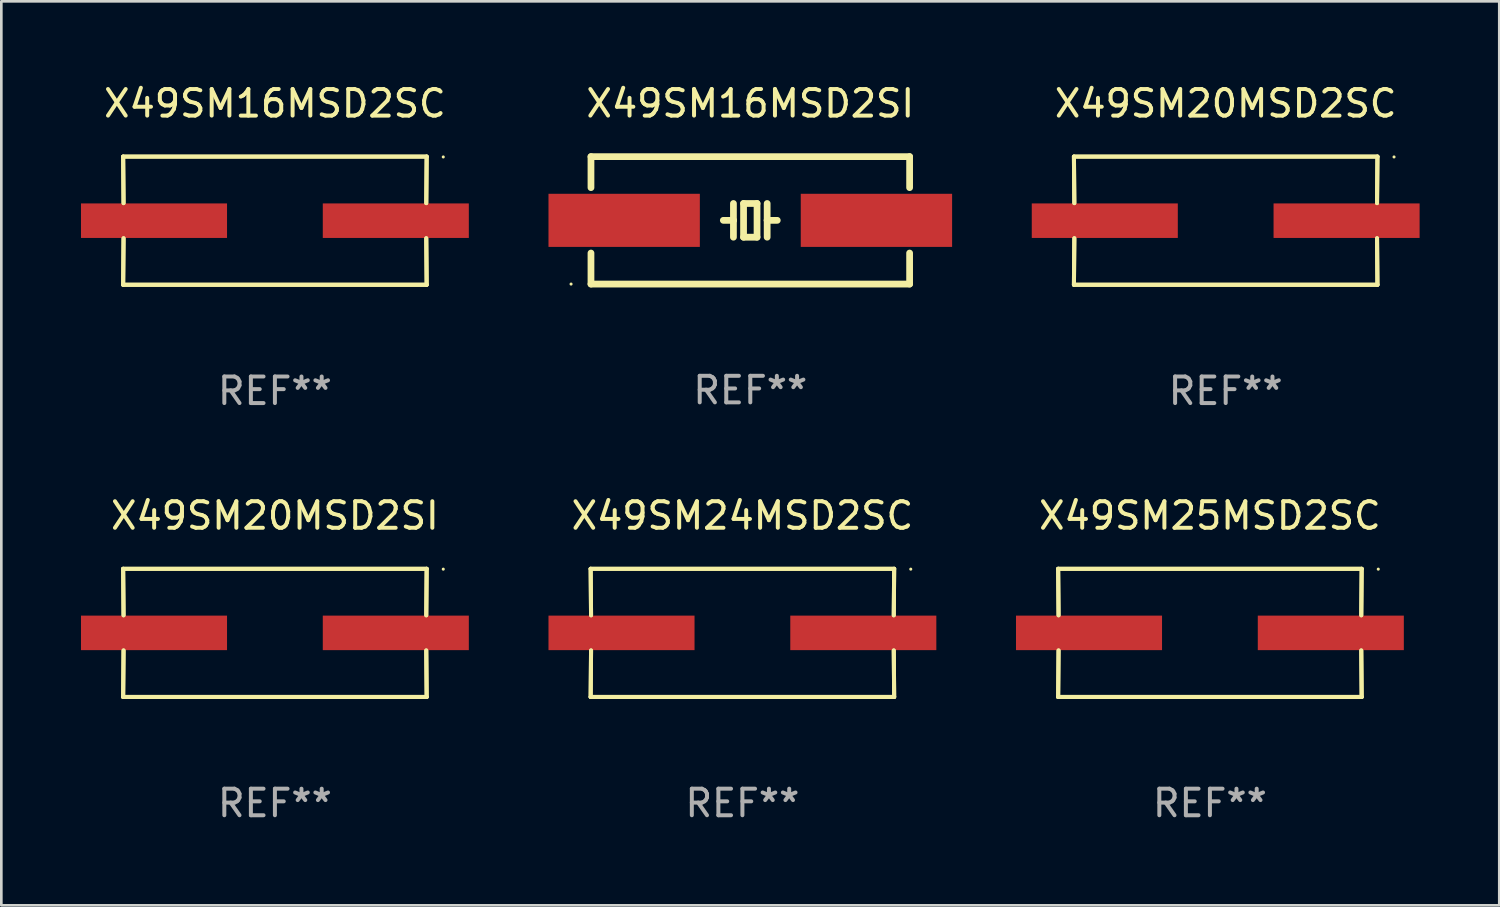
<source format=kicad_pcb>
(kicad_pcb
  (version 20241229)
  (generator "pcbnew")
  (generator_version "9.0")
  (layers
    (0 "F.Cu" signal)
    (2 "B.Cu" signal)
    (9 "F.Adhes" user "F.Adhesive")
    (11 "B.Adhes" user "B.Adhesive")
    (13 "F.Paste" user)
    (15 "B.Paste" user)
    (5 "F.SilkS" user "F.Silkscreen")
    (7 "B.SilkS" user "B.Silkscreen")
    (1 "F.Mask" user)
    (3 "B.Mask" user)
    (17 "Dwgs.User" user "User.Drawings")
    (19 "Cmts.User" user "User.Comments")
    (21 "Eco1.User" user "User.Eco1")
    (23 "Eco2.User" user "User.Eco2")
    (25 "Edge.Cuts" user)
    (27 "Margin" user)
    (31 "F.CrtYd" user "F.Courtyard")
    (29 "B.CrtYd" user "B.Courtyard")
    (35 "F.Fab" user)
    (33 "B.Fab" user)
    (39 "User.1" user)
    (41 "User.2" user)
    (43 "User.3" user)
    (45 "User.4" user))
  (footprint "X49SM25MSD2SC"
    (layer "F.Cu")
    (at 42.515 20.784)
    (property "Reference" "X49SM25MSD2SC" (at 0 -4.413 0) (layer "F.SilkS") (effects (font (size 1 1) (thickness 0.15))))
    (attr through_hole)
    (fp_line (start -5.715 -2.413) (end -5.7 -0.662) (stroke (width 0.152) (type solid)) (layer "F.SilkS"))
    (fp_line (start -5.715 -2.413) (end -5.7 -0.662) (stroke (width 0.152) (type solid)) (layer "F.SilkS"))
    (fp_line (start -5.715 2.413) (end 5.715 2.413) (stroke (width 0.152) (type solid)) (layer "F.SilkS"))
    (fp_line (start -5.715 2.413) (end 5.715 2.413) (stroke (width 0.152) (type solid)) (layer "F.SilkS"))
    (fp_line (start -5.7 0.662) (end -5.715 2.413) (stroke (width 0.152) (type solid)) (layer "F.SilkS"))
    (fp_line (start -5.7 0.662) (end -5.715 2.413) (stroke (width 0.152) (type solid)) (layer "F.SilkS"))
    (fp_line (start 5.7 -0.662) (end 5.715 -2.413) (stroke (width 0.152) (type solid)) (layer "F.SilkS"))
    (fp_line (start 5.7 -0.662) (end 5.715 -2.413) (stroke (width 0.152) (type solid)) (layer "F.SilkS"))
    (fp_line (start 5.715 -2.413) (end -5.715 -2.413) (stroke (width 0.152) (type solid)) (layer "F.SilkS"))
    (fp_line (start 5.715 -2.413) (end -5.715 -2.413) (stroke (width 0.152) (type solid)) (layer "F.SilkS"))
    (fp_line (start 5.715 2.413) (end 5.7 0.662) (stroke (width 0.152) (type solid)) (layer "F.SilkS"))
    (fp_line (start 5.715 2.413) (end 5.7 0.662) (stroke (width 0.152) (type solid)) (layer "F.SilkS"))
    (fp_circle (center 6.34 -2.4) (end 6.37 -2.4) (stroke (width 0.06) (type solid)) (fill no) (layer "F.SilkS"))
    (fp_text user "REF**" (at 0 6.413 0) (layer "F.Fab") (effects (font (size 1 1) (thickness 0.15))))
    (pad "1" smd rect (at 4.553 0) (size 5.5 1.3) (layers "F.Cu" "F.Mask" "F.Paste"))
    (pad "2" smd rect (at -4.553 0) (size 5.5 1.3) (layers "F.Cu" "F.Mask" "F.Paste")))
  (footprint "X49SM16MSD2SC"
    (layer "F.Cu")
    (at 7.303 5.261)
    (property "Reference" "X49SM16MSD2SC" (at 0 -4.413 0) (layer "F.SilkS") (effects (font (size 1 1) (thickness 0.15))))
    (attr through_hole)
    (fp_line (start -5.715 -2.413) (end -5.7 -0.662) (stroke (width 0.152) (type solid)) (layer "F.SilkS"))
    (fp_line (start -5.715 -2.413) (end -5.7 -0.662) (stroke (width 0.152) (type solid)) (layer "F.SilkS"))
    (fp_line (start -5.715 2.413) (end 5.715 2.413) (stroke (width 0.152) (type solid)) (layer "F.SilkS"))
    (fp_line (start -5.715 2.413) (end 5.715 2.413) (stroke (width 0.152) (type solid)) (layer "F.SilkS"))
    (fp_line (start -5.7 0.662) (end -5.715 2.413) (stroke (width 0.152) (type solid)) (layer "F.SilkS"))
    (fp_line (start -5.7 0.662) (end -5.715 2.413) (stroke (width 0.152) (type solid)) (layer "F.SilkS"))
    (fp_line (start 5.7 -0.662) (end 5.715 -2.413) (stroke (width 0.152) (type solid)) (layer "F.SilkS"))
    (fp_line (start 5.7 -0.662) (end 5.715 -2.413) (stroke (width 0.152) (type solid)) (layer "F.SilkS"))
    (fp_line (start 5.715 -2.413) (end -5.715 -2.413) (stroke (width 0.152) (type solid)) (layer "F.SilkS"))
    (fp_line (start 5.715 -2.413) (end -5.715 -2.413) (stroke (width 0.152) (type solid)) (layer "F.SilkS"))
    (fp_line (start 5.715 2.413) (end 5.7 0.662) (stroke (width 0.152) (type solid)) (layer "F.SilkS"))
    (fp_line (start 5.715 2.413) (end 5.7 0.662) (stroke (width 0.152) (type solid)) (layer "F.SilkS"))
    (fp_circle (center 6.34 -2.4) (end 6.37 -2.4) (stroke (width 0.06) (type solid)) (fill no) (layer "F.SilkS"))
    (fp_text user "REF**" (at 0 6.413 0) (layer "F.Fab") (effects (font (size 1 1) (thickness 0.15))))
    (pad "1" smd rect (at 4.553 0) (size 5.5 1.3) (layers "F.Cu" "F.Mask" "F.Paste"))
    (pad "2" smd rect (at -4.553 0) (size 5.5 1.3) (layers "F.Cu" "F.Mask" "F.Paste")))
  (footprint "X49SM20MSD2SC"
    (layer "F.Cu")
    (at 43.109 5.261)
    (property "Reference" "X49SM20MSD2SC" (at 0 -4.413 0) (layer "F.SilkS") (effects (font (size 1 1) (thickness 0.15))))
    (attr through_hole)
    (fp_line (start -5.715 -2.413) (end -5.7 -0.662) (stroke (width 0.152) (type solid)) (layer "F.SilkS"))
    (fp_line (start -5.715 -2.413) (end -5.7 -0.662) (stroke (width 0.152) (type solid)) (layer "F.SilkS"))
    (fp_line (start -5.715 2.413) (end 5.715 2.413) (stroke (width 0.152) (type solid)) (layer "F.SilkS"))
    (fp_line (start -5.715 2.413) (end 5.715 2.413) (stroke (width 0.152) (type solid)) (layer "F.SilkS"))
    (fp_line (start -5.7 0.662) (end -5.715 2.413) (stroke (width 0.152) (type solid)) (layer "F.SilkS"))
    (fp_line (start -5.7 0.662) (end -5.715 2.413) (stroke (width 0.152) (type solid)) (layer "F.SilkS"))
    (fp_line (start 5.7 -0.662) (end 5.715 -2.413) (stroke (width 0.152) (type solid)) (layer "F.SilkS"))
    (fp_line (start 5.7 -0.662) (end 5.715 -2.413) (stroke (width 0.152) (type solid)) (layer "F.SilkS"))
    (fp_line (start 5.715 -2.413) (end -5.715 -2.413) (stroke (width 0.152) (type solid)) (layer "F.SilkS"))
    (fp_line (start 5.715 -2.413) (end -5.715 -2.413) (stroke (width 0.152) (type solid)) (layer "F.SilkS"))
    (fp_line (start 5.715 2.413) (end 5.7 0.662) (stroke (width 0.152) (type solid)) (layer "F.SilkS"))
    (fp_line (start 5.715 2.413) (end 5.7 0.662) (stroke (width 0.152) (type solid)) (layer "F.SilkS"))
    (fp_circle (center 6.34 -2.4) (end 6.37 -2.4) (stroke (width 0.06) (type solid)) (fill no) (layer "F.SilkS"))
    (fp_text user "REF**" (at 0 6.413 0) (layer "F.Fab") (effects (font (size 1 1) (thickness 0.15))))
    (pad "1" smd rect (at 4.553 0) (size 5.5 1.3) (layers "F.Cu" "F.Mask" "F.Paste"))
    (pad "2" smd rect (at -4.553 0) (size 5.5 1.3) (layers "F.Cu" "F.Mask" "F.Paste")))
  (footprint "X49SM20MSD2SI"
    (layer "F.Cu")
    (at 7.303 20.784)
    (property "Reference" "X49SM20MSD2SI" (at 0 -4.413 0) (layer "F.SilkS") (effects (font (size 1 1) (thickness 0.15))))
    (attr through_hole)
    (fp_line (start -5.715 -2.413) (end -5.7 -0.662) (stroke (width 0.152) (type solid)) (layer "F.SilkS"))
    (fp_line (start -5.715 -2.413) (end -5.7 -0.662) (stroke (width 0.152) (type solid)) (layer "F.SilkS"))
    (fp_line (start -5.715 2.413) (end 5.715 2.413) (stroke (width 0.152) (type solid)) (layer "F.SilkS"))
    (fp_line (start -5.715 2.413) (end 5.715 2.413) (stroke (width 0.152) (type solid)) (layer "F.SilkS"))
    (fp_line (start -5.7 0.662) (end -5.715 2.413) (stroke (width 0.152) (type solid)) (layer "F.SilkS"))
    (fp_line (start -5.7 0.662) (end -5.715 2.413) (stroke (width 0.152) (type solid)) (layer "F.SilkS"))
    (fp_line (start 5.7 -0.662) (end 5.715 -2.413) (stroke (width 0.152) (type solid)) (layer "F.SilkS"))
    (fp_line (start 5.7 -0.662) (end 5.715 -2.413) (stroke (width 0.152) (type solid)) (layer "F.SilkS"))
    (fp_line (start 5.715 -2.413) (end -5.715 -2.413) (stroke (width 0.152) (type solid)) (layer "F.SilkS"))
    (fp_line (start 5.715 -2.413) (end -5.715 -2.413) (stroke (width 0.152) (type solid)) (layer "F.SilkS"))
    (fp_line (start 5.715 2.413) (end 5.7 0.662) (stroke (width 0.152) (type solid)) (layer "F.SilkS"))
    (fp_line (start 5.715 2.413) (end 5.7 0.662) (stroke (width 0.152) (type solid)) (layer "F.SilkS"))
    (fp_circle (center 6.34 -2.4) (end 6.37 -2.4) (stroke (width 0.06) (type solid)) (fill no) (layer "F.SilkS"))
    (fp_text user "REF**" (at 0 6.413 0) (layer "F.Fab") (effects (font (size 1 1) (thickness 0.15))))
    (pad "1" smd rect (at -4.553 0) (size 5.5 1.3) (layers "F.Cu" "F.Mask" "F.Paste"))
    (pad "2" smd rect (at 4.553 0) (size 5.5 1.3) (layers "F.Cu" "F.Mask" "F.Paste")))
  (footprint "X49SM24MSD2SC"
    (layer "F.Cu")
    (at 24.909 20.784)
    (property "Reference" "X49SM24MSD2SC" (at 0 -4.413 0) (layer "F.SilkS") (effects (font (size 1 1) (thickness 0.15))))
    (attr through_hole)
    (fp_line (start -5.715 -2.413) (end -5.7 -0.662) (stroke (width 0.152) (type solid)) (layer "F.SilkS"))
    (fp_line (start -5.715 -2.413) (end -5.7 -0.662) (stroke (width 0.152) (type solid)) (layer "F.SilkS"))
    (fp_line (start -5.715 2.413) (end 5.715 2.413) (stroke (width 0.152) (type solid)) (layer "F.SilkS"))
    (fp_line (start -5.715 2.413) (end 5.715 2.413) (stroke (width 0.152) (type solid)) (layer "F.SilkS"))
    (fp_line (start -5.7 0.662) (end -5.715 2.413) (stroke (width 0.152) (type solid)) (layer "F.SilkS"))
    (fp_line (start -5.7 0.662) (end -5.715 2.413) (stroke (width 0.152) (type solid)) (layer "F.SilkS"))
    (fp_line (start 5.7 -0.662) (end 5.715 -2.413) (stroke (width 0.152) (type solid)) (layer "F.SilkS"))
    (fp_line (start 5.7 -0.662) (end 5.715 -2.413) (stroke (width 0.152) (type solid)) (layer "F.SilkS"))
    (fp_line (start 5.715 -2.413) (end -5.715 -2.413) (stroke (width 0.152) (type solid)) (layer "F.SilkS"))
    (fp_line (start 5.715 -2.413) (end -5.715 -2.413) (stroke (width 0.152) (type solid)) (layer "F.SilkS"))
    (fp_line (start 5.715 2.413) (end 5.7 0.662) (stroke (width 0.152) (type solid)) (layer "F.SilkS"))
    (fp_line (start 5.715 2.413) (end 5.7 0.662) (stroke (width 0.152) (type solid)) (layer "F.SilkS"))
    (fp_circle (center 6.34 -2.4) (end 6.37 -2.4) (stroke (width 0.06) (type solid)) (fill no) (layer "F.SilkS"))
    (fp_text user "REF**" (at 0 6.413 0) (layer "F.Fab") (effects (font (size 1 1) (thickness 0.15))))
    (pad "1" smd rect (at 4.553 0) (size 5.5 1.3) (layers "F.Cu" "F.Mask" "F.Paste"))
    (pad "2" smd rect (at -4.553 0) (size 5.5 1.3) (layers "F.Cu" "F.Mask" "F.Paste")))
  (footprint "X49SM16MSD2SI"
    (layer "F.Cu")
    (at 25.206 5.248)
    (property "Reference" "X49SM16MSD2SI" (at 0 -4.4 0) (layer "F.SilkS") (effects (font (size 1 1) (thickness 0.15))))
    (attr through_hole)
    (fp_line (start -6 -2.4) (end -6 -1.231) (stroke (width 0.254) (type solid)) (layer "F.SilkS"))
    (fp_line (start -6 -2.4) (end 6 -2.4) (stroke (width 0.254) (type solid)) (layer "F.SilkS"))
    (fp_line (start -6 1.231) (end -6 2.4) (stroke (width 0.254) (type solid)) (layer "F.SilkS"))
    (fp_line (start -6 2.4) (end 6 2.4) (stroke (width 0.254) (type solid)) (layer "F.SilkS"))
    (fp_line (start -0.635 -0.635) (end -0.635 0) (stroke (width 0.254) (type solid)) (layer "F.SilkS"))
    (fp_line (start -0.635 0) (end -1.016 0) (stroke (width 0.254) (type solid)) (layer "F.SilkS"))
    (fp_line (start -0.635 0) (end -0.635 0.635) (stroke (width 0.254) (type solid)) (layer "F.SilkS"))
    (fp_line (start -0.254 -0.635) (end -0.254 0.635) (stroke (width 0.254) (type solid)) (layer "F.SilkS"))
    (fp_line (start -0.254 0.635) (end 0.254 0.635) (stroke (width 0.254) (type solid)) (layer "F.SilkS"))
    (fp_line (start 0.254 -0.635) (end -0.254 -0.635) (stroke (width 0.254) (type solid)) (layer "F.SilkS"))
    (fp_line (start 0.254 0.635) (end 0.254 -0.635) (stroke (width 0.254) (type solid)) (layer "F.SilkS"))
    (fp_line (start 0.635 -0.635) (end 0.635 0) (stroke (width 0.254) (type solid)) (layer "F.SilkS"))
    (fp_line (start 0.635 0) (end 0.635 0.635) (stroke (width 0.254) (type solid)) (layer "F.SilkS"))
    (fp_line (start 0.635 0) (end 1.016 0) (stroke (width 0.254) (type solid)) (layer "F.SilkS"))
    (fp_line (start 6 -2.4) (end 6 -1.231) (stroke (width 0.254) (type solid)) (layer "F.SilkS"))
    (fp_line (start 6 1.231) (end 6 2.4) (stroke (width 0.254) (type solid)) (layer "F.SilkS"))
    (fp_circle (center -6.75 2.4) (end -6.72 2.4) (stroke (width 0.06) (type solid)) (fill no) (layer "F.SilkS"))
    (fp_text user "REF**" (at 0 6.4 0) (layer "F.Fab") (effects (font (size 1 1) (thickness 0.15))))
    (pad "1" smd rect (at -4.75 0) (size 5.7 2) (layers "F.Cu" "F.Mask" "F.Paste"))
    (pad "2" smd rect (at 4.75 0) (size 5.7 2) (layers "F.Cu" "F.Mask" "F.Paste")))
  (gr_rect
    (start -3 -3)
    (end 53.412 31.045)
    (stroke (width 0.1) (type default))
    (fill no)
    (layer "Edge.Cuts")))
</source>
